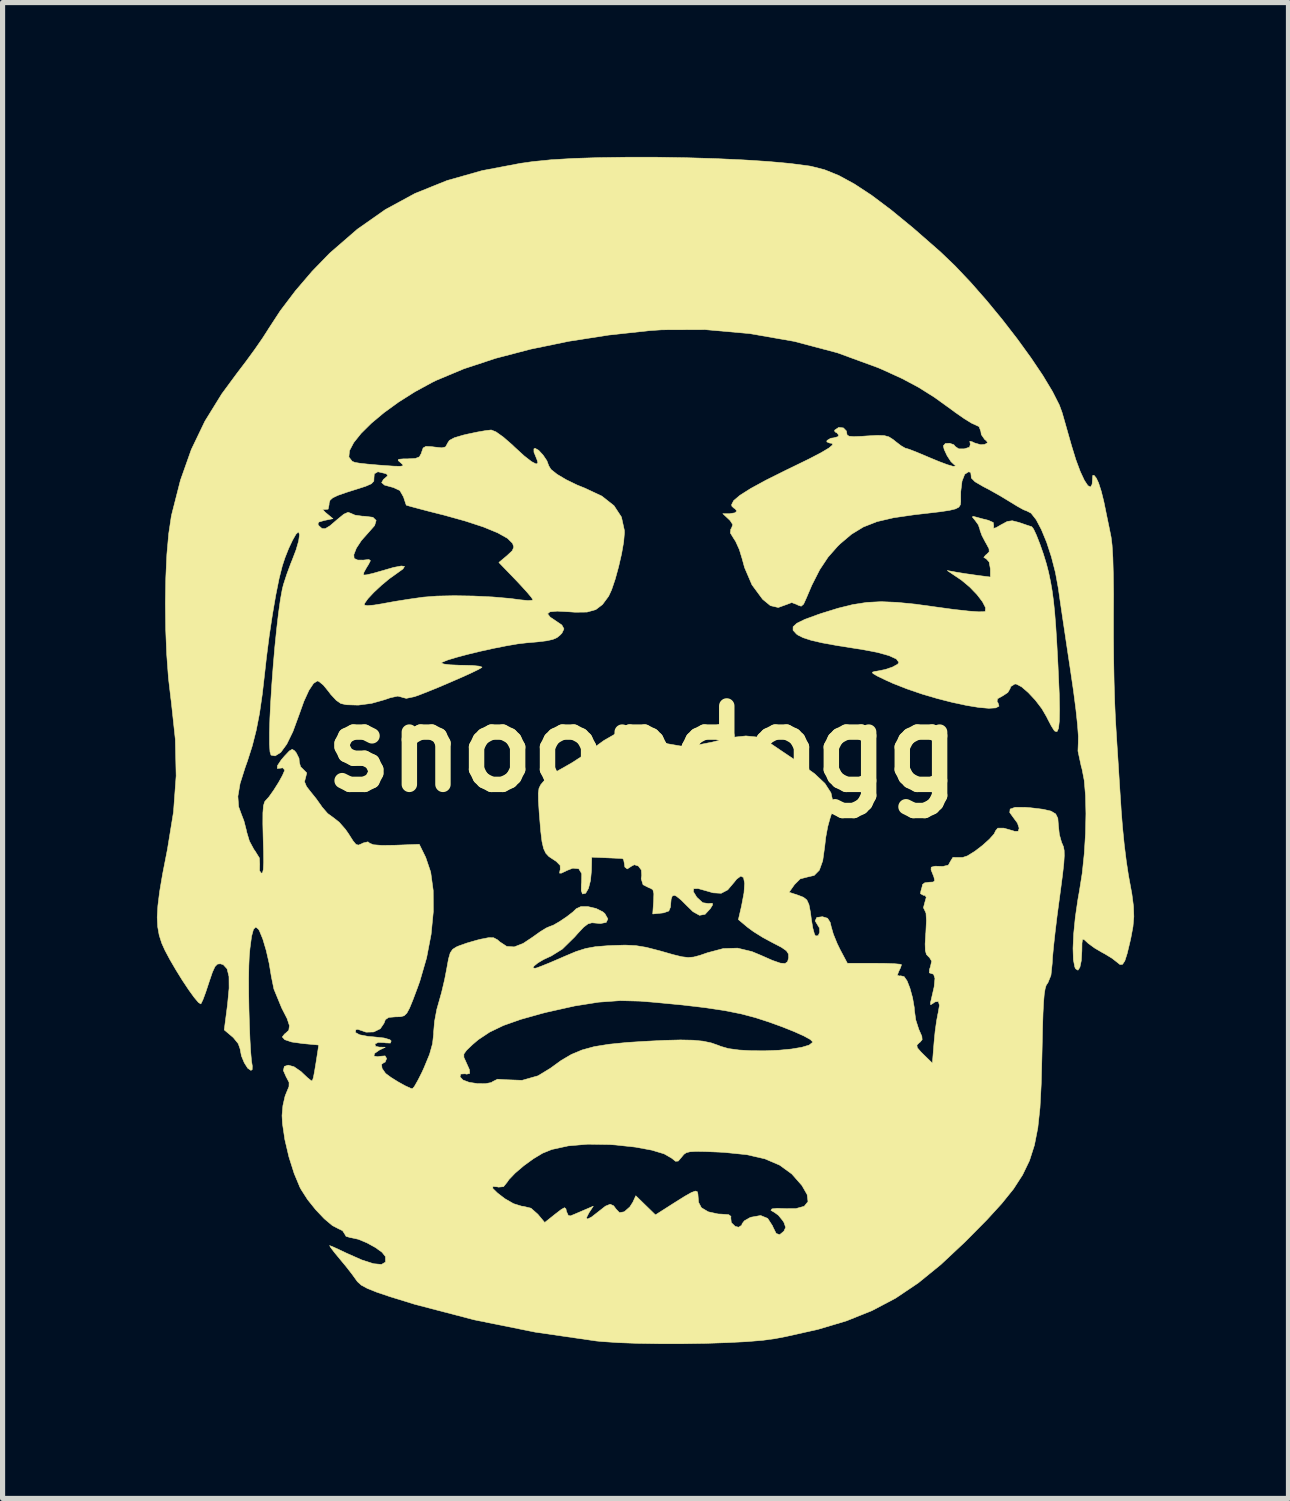
<source format=kicad_pcb>
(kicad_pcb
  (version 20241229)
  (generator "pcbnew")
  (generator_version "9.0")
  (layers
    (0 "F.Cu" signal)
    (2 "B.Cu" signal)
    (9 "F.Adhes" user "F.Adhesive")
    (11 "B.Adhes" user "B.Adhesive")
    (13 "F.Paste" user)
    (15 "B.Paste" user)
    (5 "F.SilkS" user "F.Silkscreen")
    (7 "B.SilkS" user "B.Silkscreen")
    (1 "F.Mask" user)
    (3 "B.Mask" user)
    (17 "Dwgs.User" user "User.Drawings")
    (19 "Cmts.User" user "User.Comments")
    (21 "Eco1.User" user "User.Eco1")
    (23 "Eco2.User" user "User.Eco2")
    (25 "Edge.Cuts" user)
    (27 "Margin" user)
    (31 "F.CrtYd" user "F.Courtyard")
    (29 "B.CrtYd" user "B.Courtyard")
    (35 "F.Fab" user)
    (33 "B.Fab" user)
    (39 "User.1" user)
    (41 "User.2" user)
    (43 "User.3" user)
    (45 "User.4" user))
  (footprint "snoopdogg"
    (layer "F.Cu")
    (at 9.441 11.504)
    (property "Reference" "snoopdogg" (at 0 0 0) (layer "F.SilkS") (effects (font (size 1.524 1.524) (thickness 0.3))))
    (attr through_hole)
    (fp_poly (pts (xy 6.477 -4.505) (xy 6.606 -4.47) (xy 6.715 -4.443) (xy 6.812 -4.4) (xy 6.821 -4.331) (xy 6.82 -4.329) (xy 6.816 -4.287) (xy 6.865 -4.298) (xy 6.963 -4.355) (xy 7.084 -4.42) (xy 7.181 -4.434) (xy 7.308 -4.402) (xy 7.341 -4.391) (xy 7.469 -4.347) (xy 7.549 -4.321) (xy 7.559 -4.319) (xy 7.595 -4.273) (xy 7.651 -4.153) (xy 7.717 -3.985) (xy 7.785 -3.791) (xy 7.845 -3.596) (xy 7.888 -3.429) (xy 7.926 -3.247) (xy 7.957 -3.067) (xy 7.983 -2.873) (xy 8.006 -2.648) (xy 8.027 -2.376) (xy 8.048 -2.039) (xy 8.07 -1.623) (xy 8.076 -1.486) (xy 8.094 -1.078) (xy 8.1 -0.764) (xy 8.096 -0.54) (xy 8.08 -0.399) (xy 8.051 -0.336) (xy 8.011 -0.344) (xy 7.992 -0.364) (xy 7.937 -0.452) (xy 7.867 -0.586) (xy 7.85 -0.621) (xy 7.757 -0.781) (xy 7.631 -0.946) (xy 7.493 -1.094) (xy 7.363 -1.206) (xy 7.259 -1.26) (xy 7.231 -1.261) (xy 7.153 -1.212) (xy 7.137 -1.168) (xy 7.095 -1.096) (xy 6.994 -1.029) (xy 6.992 -1.029) (xy 6.896 -0.975) (xy 6.885 -0.923) (xy 6.904 -0.895) (xy 6.924 -0.831) (xy 6.86 -0.797) (xy 6.725 -0.789) (xy 6.531 -0.806) (xy 6.293 -0.845) (xy 6.021 -0.903) (xy 5.73 -0.977) (xy 5.431 -1.065) (xy 5.138 -1.165) (xy 4.863 -1.273) (xy 4.724 -1.336) (xy 4.558 -1.416) (xy 4.474 -1.465) (xy 4.463 -1.491) (xy 4.513 -1.506) (xy 4.547 -1.51) (xy 4.708 -1.542) (xy 4.854 -1.591) (xy 4.953 -1.645) (xy 4.978 -1.681) (xy 4.929 -1.747) (xy 4.785 -1.813) (xy 4.553 -1.877) (xy 4.242 -1.936) (xy 4.166 -1.947) (xy 3.785 -2.007) (xy 3.492 -2.06) (xy 3.275 -2.11) (xy 3.12 -2.16) (xy 3.016 -2.212) (xy 2.987 -2.233) (xy 2.921 -2.306) (xy 2.922 -2.374) (xy 2.996 -2.442) (xy 3.152 -2.518) (xy 3.398 -2.608) (xy 3.468 -2.632) (xy 3.797 -2.734) (xy 4.084 -2.805) (xy 4.356 -2.847) (xy 4.634 -2.861) (xy 4.944 -2.848) (xy 5.31 -2.811) (xy 5.674 -2.761) (xy 6.039 -2.711) (xy 6.326 -2.679) (xy 6.528 -2.664) (xy 6.639 -2.667) (xy 6.657 -2.674) (xy 6.662 -2.745) (xy 6.603 -2.859) (xy 6.496 -2.999) (xy 6.356 -3.144) (xy 6.2 -3.275) (xy 6.158 -3.304) (xy 5.918 -3.466) (xy 6.096 -3.434) (xy 6.261 -3.407) (xy 6.457 -3.379) (xy 6.515 -3.371) (xy 6.756 -3.34) (xy 6.756 -3.5) (xy 6.732 -3.632) (xy 6.679 -3.691) (xy 6.628 -3.722) (xy 6.664 -3.766) (xy 6.684 -3.781) (xy 6.732 -3.829) (xy 6.73 -3.888) (xy 6.674 -3.993) (xy 6.66 -4.016) (xy 6.592 -4.146) (xy 6.555 -4.247) (xy 6.553 -4.263) (xy 6.522 -4.354) (xy 6.464 -4.435) (xy 6.406 -4.506) (xy 6.419 -4.52) (xy 6.477 -4.505)) (stroke (width 0.01) (type solid)) (fill yes) (layer "F.SilkS"))
    (fp_poly (pts (xy 0.263 -11.499) (xy 0.841 -11.489) (xy 1.41 -11.472) (xy 1.951 -11.447) (xy 2.448 -11.415) (xy 2.881 -11.375) (xy 3.233 -11.329) (xy 3.273 -11.322) (xy 3.532 -11.256) (xy 3.809 -11.144) (xy 4.112 -10.979) (xy 4.45 -10.757) (xy 4.829 -10.472) (xy 5.258 -10.12) (xy 5.744 -9.695) (xy 5.788 -9.656) (xy 6.073 -9.383) (xy 6.375 -9.064) (xy 6.683 -8.713) (xy 6.987 -8.344) (xy 7.278 -7.968) (xy 7.544 -7.601) (xy 7.776 -7.256) (xy 7.963 -6.945) (xy 8.096 -6.683) (xy 8.15 -6.536) (xy 8.203 -6.351) (xy 8.269 -6.118) (xy 8.333 -5.893) (xy 8.418 -5.617) (xy 8.503 -5.389) (xy 8.582 -5.22) (xy 8.65 -5.117) (xy 8.702 -5.088) (xy 8.733 -5.143) (xy 8.739 -5.22) (xy 8.745 -5.314) (xy 8.77 -5.317) (xy 8.814 -5.263) (xy 8.859 -5.168) (xy 8.911 -5.006) (xy 8.96 -4.809) (xy 8.966 -4.781) (xy 9.014 -4.545) (xy 9.064 -4.304) (xy 9.102 -4.115) (xy 9.121 -3.961) (xy 9.136 -3.718) (xy 9.145 -3.396) (xy 9.15 -3.006) (xy 9.148 -2.591) (xy 9.148 -2.179) (xy 9.152 -1.741) (xy 9.16 -1.306) (xy 9.172 -0.904) (xy 9.187 -0.565) (xy 9.192 -0.483) (xy 9.215 -0.11) (xy 9.242 0.31) (xy 9.268 0.73) (xy 9.293 1.107) (xy 9.298 1.194) (xy 9.324 1.523) (xy 9.358 1.864) (xy 9.398 2.185) (xy 9.438 2.449) (xy 9.45 2.515) (xy 9.506 2.82) (xy 9.537 3.059) (xy 9.544 3.26) (xy 9.527 3.455) (xy 9.486 3.675) (xy 9.471 3.742) (xy 9.415 3.975) (xy 9.369 4.119) (xy 9.324 4.187) (xy 9.275 4.191) (xy 9.22 4.147) (xy 9.12 4.069) (xy 8.977 3.982) (xy 8.933 3.959) (xy 8.783 3.871) (xy 8.657 3.779) (xy 8.634 3.757) (xy 8.576 3.704) (xy 8.546 3.705) (xy 8.536 3.777) (xy 8.534 3.924) (xy 8.523 4.114) (xy 8.496 4.243) (xy 8.458 4.301) (xy 8.414 4.274) (xy 8.397 4.24) (xy 8.369 4.097) (xy 8.362 3.874) (xy 8.375 3.592) (xy 8.407 3.269) (xy 8.457 2.926) (xy 8.485 2.769) (xy 8.541 2.416) (xy 8.581 2.033) (xy 8.605 1.64) (xy 8.613 1.259) (xy 8.605 0.91) (xy 8.58 0.613) (xy 8.537 0.39) (xy 8.523 0.344) (xy 8.458 0.041) (xy 8.464 -0.114) (xy 8.466 -0.244) (xy 8.45 -0.465) (xy 8.418 -0.765) (xy 8.37 -1.136) (xy 8.313 -1.524) (xy 8.258 -1.889) (xy 8.205 -2.245) (xy 8.156 -2.573) (xy 8.115 -2.852) (xy 8.085 -3.06) (xy 8.076 -3.124) (xy 8.02 -3.429) (xy 7.942 -3.732) (xy 7.85 -4.014) (xy 7.748 -4.261) (xy 7.646 -4.455) (xy 7.547 -4.581) (xy 7.466 -4.623) (xy 7.401 -4.648) (xy 7.28 -4.715) (xy 7.151 -4.794) (xy 6.95 -4.916) (xy 6.73 -5.04) (xy 6.618 -5.098) (xy 6.457 -5.192) (xy 6.385 -5.265) (xy 6.382 -5.309) (xy 6.374 -5.374) (xy 6.331 -5.385) (xy 6.257 -5.337) (xy 6.205 -5.204) (xy 6.18 -4.999) (xy 6.179 -4.892) (xy 6.18 -4.807) (xy 6.173 -4.745) (xy 6.143 -4.698) (xy 6.077 -4.664) (xy 5.961 -4.636) (xy 5.782 -4.609) (xy 5.526 -4.579) (xy 5.273 -4.55) (xy 4.874 -4.492) (xy 4.553 -4.417) (xy 4.288 -4.313) (xy 4.057 -4.172) (xy 3.836 -3.985) (xy 3.786 -3.936) (xy 3.601 -3.726) (xy 3.439 -3.482) (xy 3.286 -3.181) (xy 3.18 -2.932) (xy 3.126 -2.813) (xy 3.079 -2.773) (xy 3.016 -2.794) (xy 2.999 -2.805) (xy 2.895 -2.844) (xy 2.795 -2.806) (xy 2.634 -2.748) (xy 2.481 -2.784) (xy 2.33 -2.908) (xy 2.123 -3.188) (xy 1.979 -3.523) (xy 1.932 -3.695) (xy 1.877 -3.875) (xy 1.805 -4.033) (xy 1.768 -4.09) (xy 1.703 -4.196) (xy 1.711 -4.27) (xy 1.725 -4.29) (xy 1.75 -4.358) (xy 1.699 -4.437) (xy 1.669 -4.466) (xy 1.556 -4.572) (xy 1.692 -4.572) (xy 1.792 -4.588) (xy 1.829 -4.623) (xy 1.79 -4.672) (xy 1.778 -4.674) (xy 1.733 -4.715) (xy 1.727 -4.747) (xy 1.767 -4.825) (xy 1.89 -4.929) (xy 2.099 -5.061) (xy 2.396 -5.223) (xy 2.785 -5.417) (xy 2.903 -5.474) (xy 3.231 -5.634) (xy 3.469 -5.758) (xy 3.621 -5.849) (xy 3.69 -5.908) (xy 3.68 -5.938) (xy 3.632 -5.944) (xy 3.577 -5.967) (xy 3.581 -5.994) (xy 3.653 -6.037) (xy 3.711 -6.045) (xy 3.792 -6.067) (xy 3.81 -6.096) (xy 3.771 -6.145) (xy 3.756 -6.147) (xy 3.726 -6.178) (xy 3.734 -6.198) (xy 3.809 -6.248) (xy 3.9 -6.238) (xy 3.958 -6.178) (xy 3.962 -6.152) (xy 3.971 -6.103) (xy 4.009 -6.077) (xy 4.098 -6.069) (xy 4.258 -6.075) (xy 4.357 -6.082) (xy 4.56 -6.093) (xy 4.693 -6.089) (xy 4.784 -6.064) (xy 4.866 -6.012) (xy 4.911 -5.975) (xy 5.021 -5.891) (xy 5.1 -5.845) (xy 5.113 -5.842) (xy 5.177 -5.823) (xy 5.309 -5.772) (xy 5.486 -5.698) (xy 5.563 -5.665) (xy 5.756 -5.585) (xy 5.919 -5.524) (xy 6.025 -5.493) (xy 6.045 -5.491) (xy 6.088 -5.502) (xy 6.057 -5.52) (xy 5.99 -5.583) (xy 5.915 -5.698) (xy 5.858 -5.82) (xy 5.842 -5.89) (xy 5.881 -5.935) (xy 5.964 -5.94) (xy 6.046 -5.911) (xy 6.074 -5.876) (xy 6.142 -5.831) (xy 6.247 -5.831) (xy 6.351 -5.863) (xy 6.367 -5.922) (xy 6.364 -5.929) (xy 6.356 -5.979) (xy 6.406 -5.967) (xy 6.448 -5.946) (xy 6.568 -5.911) (xy 6.646 -5.918) (xy 6.704 -5.95) (xy 6.677 -5.99) (xy 6.646 -6.013) (xy 6.58 -6.108) (xy 6.57 -6.173) (xy 6.536 -6.263) (xy 6.477 -6.291) (xy 6.393 -6.329) (xy 6.253 -6.415) (xy 6.081 -6.534) (xy 5.989 -6.602) (xy 5.666 -6.835) (xy 5.36 -7.027) (xy 5.037 -7.199) (xy 4.66 -7.371) (xy 4.572 -7.409) (xy 3.782 -7.698) (xy 2.943 -7.92) (xy 2.079 -8.071) (xy 1.215 -8.148) (xy 0.376 -8.145) (xy 0.136 -8.129) (xy -0.663 -8.042) (xy -1.44 -7.921) (xy -2.177 -7.769) (xy -2.861 -7.59) (xy -3.476 -7.387) (xy -4.009 -7.164) (xy -4.089 -7.125) (xy -4.429 -6.94) (xy -4.745 -6.74) (xy -5.029 -6.534) (xy -5.274 -6.329) (xy -5.473 -6.132) (xy -5.617 -5.952) (xy -5.699 -5.796) (xy -5.711 -5.672) (xy -5.647 -5.589) (xy -5.596 -5.568) (xy -5.509 -5.553) (xy -5.35 -5.535) (xy -5.146 -5.517) (xy -5.055 -5.51) (xy -4.841 -5.495) (xy -4.714 -5.492) (xy -4.66 -5.501) (xy -4.663 -5.524) (xy -4.699 -5.556) (xy -4.753 -5.604) (xy -4.744 -5.628) (xy -4.657 -5.636) (xy -4.565 -5.637) (xy -4.418 -5.645) (xy -4.341 -5.675) (xy -4.304 -5.742) (xy -4.296 -5.769) (xy -4.268 -5.848) (xy -4.214 -5.879) (xy -4.105 -5.874) (xy -4.044 -5.866) (xy -3.904 -5.851) (xy -3.833 -5.868) (xy -3.801 -5.924) (xy -3.798 -5.933) (xy -3.758 -5.995) (xy -3.661 -6.047) (xy -3.489 -6.098) (xy -3.412 -6.116) (xy -3.218 -6.157) (xy -3.051 -6.186) (xy -2.946 -6.198) (xy -2.944 -6.198) (xy -2.852 -6.161) (xy -2.71 -6.06) (xy -2.534 -5.907) (xy -2.493 -5.867) (xy -2.304 -5.694) (xy -2.161 -5.583) (xy -2.07 -5.536) (xy -2.038 -5.559) (xy -2.052 -5.613) (xy -2.1 -5.733) (xy -2.114 -5.766) (xy -2.115 -5.831) (xy -2.092 -5.842) (xy -2.023 -5.803) (xy -1.937 -5.71) (xy -1.863 -5.6) (xy -1.829 -5.509) (xy -1.829 -5.506) (xy -1.784 -5.432) (xy -1.664 -5.336) (xy -1.487 -5.231) (xy -1.273 -5.127) (xy -1.126 -5.068) (xy -0.795 -4.913) (xy -0.559 -4.727) (xy -0.414 -4.506) (xy -0.357 -4.247) (xy -0.356 -4.198) (xy -0.371 -4.022) (xy -0.411 -3.792) (xy -0.469 -3.54) (xy -0.536 -3.296) (xy -0.605 -3.092) (xy -0.663 -2.967) (xy -0.783 -2.805) (xy -0.914 -2.706) (xy -1.083 -2.659) (xy -1.314 -2.656) (xy -1.425 -2.664) (xy -1.663 -2.677) (xy -1.804 -2.664) (xy -1.849 -2.625) (xy -1.798 -2.56) (xy -1.702 -2.496) (xy -1.572 -2.407) (xy -1.531 -2.332) (xy -1.57 -2.25) (xy -1.604 -2.214) (xy -1.666 -2.163) (xy -1.749 -2.127) (xy -1.874 -2.1) (xy -2.062 -2.078) (xy -2.26 -2.061) (xy -2.431 -2.041) (xy -2.651 -2.003) (xy -2.899 -1.954) (xy -3.156 -1.897) (xy -3.404 -1.837) (xy -3.621 -1.779) (xy -3.79 -1.728) (xy -3.892 -1.687) (xy -3.912 -1.669) (xy -3.865 -1.649) (xy -3.74 -1.634) (xy -3.561 -1.626) (xy -3.495 -1.626) (xy -3.309 -1.621) (xy -3.179 -1.608) (xy -3.124 -1.59) (xy -3.127 -1.583) (xy -3.195 -1.543) (xy -3.336 -1.475) (xy -3.527 -1.388) (xy -3.746 -1.293) (xy -3.971 -1.197) (xy -4.18 -1.112) (xy -4.351 -1.045) (xy -4.437 -1.015) (xy -4.595 -0.982) (xy -4.682 -1.004) (xy -4.685 -1.007) (xy -4.761 -1.026) (xy -4.907 -0.994) (xy -5.017 -0.956) (xy -5.269 -0.885) (xy -5.528 -0.851) (xy -5.759 -0.858) (xy -5.867 -0.882) (xy -5.956 -0.944) (xy -6.063 -1.059) (xy -6.108 -1.119) (xy -6.205 -1.238) (xy -6.292 -1.31) (xy -6.323 -1.321) (xy -6.398 -1.273) (xy -6.488 -1.137) (xy -6.585 -0.925) (xy -6.68 -0.66) (xy -6.799 -0.336) (xy -6.918 -0.092) (xy -7.034 0.067) (xy -7.144 0.136) (xy -7.224 0.121) (xy -7.244 0.057) (xy -7.254 -0.094) (xy -7.254 -0.315) (xy -7.246 -0.594) (xy -7.23 -0.915) (xy -7.208 -1.263) (xy -7.181 -1.623) (xy -7.15 -1.982) (xy -7.115 -2.325) (xy -7.079 -2.635) (xy -7.042 -2.9) (xy -7.005 -3.104) (xy -6.983 -3.192) (xy -6.917 -3.395) (xy -6.841 -3.6) (xy -6.811 -3.674) (xy -6.736 -3.871) (xy -6.687 -4.041) (xy -6.67 -4.163) (xy -6.688 -4.216) (xy -6.693 -4.216) (xy -6.739 -4.172) (xy -6.805 -4.057) (xy -6.881 -3.896) (xy -6.953 -3.714) (xy -7.005 -3.556) (xy -7.067 -3.311) (xy -7.132 -2.987) (xy -7.197 -2.608) (xy -7.259 -2.197) (xy -7.313 -1.776) (xy -7.341 -1.524) (xy -7.393 -1.068) (xy -7.448 -0.688) (xy -7.512 -0.36) (xy -7.588 -0.06) (xy -7.683 0.238) (xy -7.727 0.361) (xy -7.826 0.674) (xy -7.868 0.922) (xy -7.854 1.122) (xy -7.804 1.26) (xy -7.75 1.4) (xy -7.705 1.575) (xy -7.697 1.615) (xy -7.644 1.792) (xy -7.557 1.954) (xy -7.537 1.98) (xy -7.45 2.12) (xy -7.444 2.249) (xy -7.445 2.252) (xy -7.447 2.367) (xy -7.414 2.415) (xy -7.389 2.408) (xy -7.374 2.343) (xy -7.367 2.209) (xy -7.369 1.995) (xy -7.376 1.759) (xy -7.383 1.457) (xy -7.382 1.244) (xy -7.371 1.106) (xy -7.349 1.03) (xy -7.335 1.011) (xy -7.263 0.931) (xy -7.171 0.801) (xy -7.077 0.652) (xy -7.001 0.515) (xy -6.961 0.422) (xy -6.96 0.409) (xy -6.996 0.368) (xy -7.036 0.374) (xy -7.102 0.38) (xy -7.098 0.324) (xy -7.026 0.215) (xy -6.963 0.141) (xy -6.868 0.04) (xy -6.812 0.008) (xy -6.767 0.036) (xy -6.734 0.076) (xy -6.68 0.184) (xy -6.674 0.259) (xy -6.65 0.347) (xy -6.596 0.4) (xy -6.53 0.467) (xy -6.552 0.557) (xy -6.553 0.558) (xy -6.573 0.638) (xy -6.535 0.73) (xy -6.463 0.823) (xy -6.348 0.966) (xy -6.248 1.106) (xy -6.233 1.129) (xy -6.124 1.255) (xy -6.007 1.34) (xy -5.899 1.425) (xy -5.779 1.562) (xy -5.72 1.646) (xy -5.631 1.786) (xy -5.574 1.855) (xy -5.526 1.87) (xy -5.463 1.844) (xy -5.435 1.829) (xy -5.341 1.806) (xy -5.305 1.834) (xy -5.233 1.863) (xy -5.065 1.876) (xy -4.807 1.872) (xy -4.343 1.854) (xy -4.218 2.108) (xy -4.121 2.394) (xy -4.072 2.752) (xy -4.07 3.161) (xy -4.113 3.604) (xy -4.201 4.062) (xy -4.333 4.517) (xy -4.376 4.637) (xy -4.466 4.877) (xy -4.532 5.038) (xy -4.585 5.136) (xy -4.638 5.186) (xy -4.703 5.204) (xy -4.79 5.207) (xy -4.804 5.207) (xy -4.937 5.218) (xy -5.002 5.262) (xy -5.028 5.331) (xy -5.1 5.438) (xy -5.229 5.501) (xy -5.377 5.505) (xy -5.448 5.48) (xy -5.538 5.45) (xy -5.576 5.458) (xy -5.584 5.511) (xy -5.502 5.556) (xy -5.339 5.587) (xy -5.211 5.598) (xy -5.028 5.618) (xy -4.915 5.651) (xy -4.889 5.676) (xy -4.905 5.717) (xy -5.001 5.713) (xy -5.019 5.709) (xy -5.141 5.704) (xy -5.204 5.735) (xy -5.192 5.78) (xy -5.121 5.795) (xy -5.004 5.798) (xy -5.118 5.853) (xy -5.212 5.918) (xy -5.224 5.969) (xy -5.154 5.982) (xy -5.105 5.974) (xy -5.008 5.966) (xy -4.978 6.016) (xy -4.978 6.019) (xy -5.006 6.087) (xy -5.029 6.096) (xy -5.076 6.13) (xy -5.066 6.209) (xy -5.003 6.3) (xy -4.991 6.312) (xy -4.892 6.385) (xy -4.756 6.47) (xy -4.617 6.547) (xy -4.51 6.596) (xy -4.476 6.604) (xy -4.438 6.561) (xy -4.372 6.445) (xy -4.335 6.373) (xy -3.551 6.373) (xy -3.493 6.435) (xy -3.373 6.48) (xy -3.216 6.504) (xy -3.059 6.506) (xy -2.943 6.484) (xy -2.913 6.464) (xy -2.822 6.419) (xy -2.671 6.429) (xy -2.345 6.441) (xy -2.035 6.353) (xy -1.794 6.206) (xy -1.586 6.055) (xy -1.387 5.938) (xy -1.179 5.851) (xy -0.942 5.786) (xy -0.656 5.74) (xy -0.304 5.705) (xy 0.025 5.684) (xy 0.421 5.664) (xy 0.733 5.656) (xy 0.978 5.661) (xy 1.172 5.68) (xy 1.333 5.714) (xy 1.478 5.765) (xy 1.513 5.78) (xy 1.665 5.824) (xy 1.873 5.852) (xy 2.119 5.866) (xy 2.383 5.867) (xy 2.646 5.856) (xy 2.888 5.833) (xy 3.091 5.799) (xy 3.234 5.756) (xy 3.3 5.704) (xy 3.302 5.693) (xy 3.256 5.647) (xy 3.132 5.579) (xy 2.945 5.495) (xy 2.715 5.403) (xy 2.459 5.31) (xy 2.194 5.224) (xy 2.184 5.221) (xy 1.915 5.15) (xy 1.596 5.086) (xy 1.217 5.029) (xy 0.766 4.976) (xy 0.23 4.925) (xy -0.051 4.902) (xy -0.438 4.892) (xy -0.857 4.922) (xy -1.324 4.996) (xy -1.86 5.116) (xy -1.956 5.14) (xy -2.373 5.257) (xy -2.707 5.375) (xy -2.975 5.504) (xy -3.195 5.65) (xy -3.307 5.745) (xy -3.423 5.856) (xy -3.476 5.929) (xy -3.476 5.995) (xy -3.435 6.084) (xy -3.433 6.089) (xy -3.368 6.234) (xy -3.363 6.307) (xy -3.421 6.321) (xy -3.454 6.314) (xy -3.538 6.319) (xy -3.551 6.373) (xy -4.335 6.373) (xy -4.288 6.279) (xy -4.249 6.193) (xy -4.143 5.936) (xy -4.085 5.729) (xy -4.064 5.539) (xy -4.064 5.508) (xy -4.046 5.297) (xy -4.002 5.061) (xy -3.968 4.941) (xy -3.909 4.732) (xy -3.85 4.482) (xy -3.81 4.275) (xy -3.775 4.082) (xy -3.741 3.964) (xy -3.694 3.895) (xy -3.621 3.849) (xy -3.575 3.829) (xy -3.417 3.773) (xy -3.223 3.717) (xy -3.148 3.698) (xy -2.993 3.668) (xy -2.898 3.67) (xy -2.823 3.71) (xy -2.778 3.75) (xy -2.644 3.838) (xy -2.498 3.848) (xy -2.323 3.78) (xy -2.14 3.658) (xy -1.994 3.554) (xy -1.876 3.481) (xy -1.814 3.454) (xy -1.738 3.426) (xy -1.615 3.355) (xy -1.477 3.262) (xy -1.357 3.169) (xy -1.292 3.106) (xy -1.203 3.065) (xy -1.063 3.065) (xy -0.908 3.101) (xy -0.777 3.166) (xy -0.736 3.201) (xy -0.678 3.304) (xy -0.71 3.372) (xy -0.823 3.394) (xy -0.895 3.387) (xy -0.987 3.379) (xy -1.064 3.4) (xy -1.149 3.465) (xy -1.265 3.589) (xy -1.323 3.655) (xy -1.562 3.89) (xy -1.784 4.028) (xy -1.802 4.035) (xy -1.929 4.094) (xy -2.038 4.159) (xy -2.111 4.218) (xy -2.135 4.257) (xy -2.092 4.263) (xy -2.057 4.255) (xy -1.967 4.221) (xy -1.811 4.158) (xy -1.617 4.075) (xy -1.526 4.035) (xy -1.298 3.939) (xy -1.11 3.879) (xy -0.92 3.844) (xy -0.684 3.825) (xy -0.605 3.821) (xy -0.342 3.813) (xy -0.134 3.823) (xy 0.067 3.856) (xy 0.307 3.918) (xy 0.352 3.93) (xy 0.59 3.998) (xy 0.757 4.039) (xy 0.881 4.054) (xy 0.99 4.045) (xy 1.11 4.013) (xy 1.257 3.962) (xy 1.566 3.88) (xy 1.842 3.872) (xy 2.122 3.939) (xy 2.293 4.01) (xy 2.52 4.11) (xy 2.672 4.163) (xy 2.766 4.171) (xy 2.815 4.135) (xy 2.835 4.06) (xy 2.832 3.985) (xy 2.792 3.923) (xy 2.696 3.856) (xy 2.53 3.77) (xy 2.335 3.665) (xy 2.151 3.55) (xy 2.034 3.464) (xy 1.859 3.317) (xy 1.92 3.052) (xy 1.968 2.798) (xy 1.98 2.612) (xy 1.959 2.501) (xy 1.907 2.471) (xy 1.826 2.53) (xy 1.778 2.59) (xy 1.651 2.74) (xy 1.525 2.806) (xy 1.368 2.797) (xy 1.247 2.762) (xy 1.076 2.714) (xy 0.989 2.717) (xy 0.984 2.775) (xy 1.051 2.884) (xy 1.166 2.989) (xy 1.273 3.005) (xy 1.352 2.999) (xy 1.357 3.033) (xy 1.311 3.107) (xy 1.211 3.215) (xy 1.103 3.234) (xy 0.976 3.163) (xy 0.863 3.053) (xy 0.748 2.938) (xy 0.654 2.862) (xy 0.615 2.845) (xy 0.574 2.859) (xy 0.552 2.919) (xy 0.54 3.051) (xy 0.539 3.073) (xy 0.507 3.15) (xy 0.405 3.186) (xy 0.364 3.191) (xy 0.194 3.208) (xy 0.211 2.964) (xy 0.216 2.814) (xy 0.197 2.737) (xy 0.144 2.705) (xy 0.127 2.701) (xy 0.006 2.64) (xy -0.03 2.523) (xy -0.02 2.46) (xy -0.027 2.354) (xy -0.085 2.276) (xy -0.164 2.251) (xy -0.216 2.278) (xy -0.301 2.333) (xy -0.348 2.296) (xy -0.356 2.235) (xy -0.372 2.151) (xy -0.394 2.131) (xy -0.462 2.127) (xy -0.598 2.121) (xy -0.711 2.116) (xy -0.991 2.104) (xy -0.997 2.364) (xy -1.015 2.557) (xy -1.055 2.711) (xy -1.109 2.805) (xy -1.169 2.819) (xy -1.171 2.818) (xy -1.195 2.753) (xy -1.193 2.631) (xy -1.189 2.598) (xy -1.186 2.424) (xy -1.244 2.329) (xy -1.359 2.318) (xy -1.474 2.363) (xy -1.579 2.414) (xy -1.617 2.414) (xy -1.608 2.361) (xy -1.603 2.346) (xy -1.605 2.264) (xy -1.68 2.187) (xy -1.744 2.145) (xy -1.825 2.091) (xy -1.884 2.027) (xy -1.927 1.936) (xy -1.958 1.801) (xy -1.982 1.604) (xy -2.005 1.328) (xy -2.013 1.23) (xy -2.027 1.007) (xy -2.029 0.86) (xy -2.016 0.765) (xy -1.982 0.696) (xy -1.926 0.629) (xy -1.925 0.628) (xy -1.808 0.529) (xy -1.645 0.422) (xy -1.549 0.369) (xy -1.368 0.265) (xy -1.161 0.13) (xy -1.016 0.026) (xy -0.755 -0.163) (xy -0.543 -0.285) (xy -0.357 -0.342) (xy -0.175 -0.341) (xy 0.026 -0.284) (xy 0.211 -0.203) (xy 0.476 -0.101) (xy 0.734 -0.056) (xy 1.015 -0.066) (xy 1.348 -0.131) (xy 1.426 -0.151) (xy 1.75 -0.225) (xy 2.005 -0.252) (xy 2.213 -0.231) (xy 2.395 -0.16) (xy 2.494 -0.098) (xy 2.653 0.01) (xy 2.854 0.145) (xy 3.048 0.274) (xy 3.339 0.482) (xy 3.54 0.671) (xy 3.658 0.854) (xy 3.699 1.042) (xy 3.672 1.249) (xy 3.637 1.358) (xy 3.595 1.511) (xy 3.557 1.717) (xy 3.536 1.899) (xy 3.498 2.173) (xy 3.432 2.357) (xy 3.332 2.459) (xy 3.203 2.489) (xy 3.06 2.526) (xy 2.949 2.637) (xy 2.844 2.786) (xy 3.018 2.843) (xy 3.122 2.883) (xy 3.189 2.936) (xy 3.23 3.025) (xy 3.259 3.174) (xy 3.278 3.32) (xy 3.305 3.482) (xy 3.337 3.598) (xy 3.359 3.636) (xy 3.41 3.629) (xy 3.439 3.563) (xy 3.434 3.48) (xy 3.41 3.441) (xy 3.351 3.343) (xy 3.382 3.276) (xy 3.492 3.261) (xy 3.592 3.291) (xy 3.643 3.372) (xy 3.662 3.454) (xy 3.704 3.6) (xy 3.779 3.784) (xy 3.835 3.899) (xy 3.977 4.166) (xy 4.503 4.166) (xy 4.72 4.168) (xy 4.894 4.175) (xy 5.003 4.185) (xy 5.029 4.194) (xy 5.008 4.257) (xy 4.975 4.324) (xy 4.947 4.399) (xy 4.988 4.413) (xy 5.013 4.41) (xy 5.079 4.425) (xy 5.137 4.508) (xy 5.192 4.648) (xy 5.244 4.837) (xy 5.276 5.023) (xy 5.281 5.091) (xy 5.306 5.268) (xy 5.364 5.448) (xy 5.371 5.464) (xy 5.424 5.585) (xy 5.43 5.651) (xy 5.39 5.699) (xy 5.373 5.711) (xy 5.328 5.757) (xy 5.336 5.808) (xy 5.408 5.891) (xy 5.458 5.941) (xy 5.629 6.107) (xy 5.661 5.708) (xy 5.682 5.49) (xy 5.71 5.289) (xy 5.737 5.145) (xy 5.74 5.135) (xy 5.766 4.983) (xy 5.745 4.908) (xy 5.679 4.917) (xy 5.651 4.938) (xy 5.596 4.973) (xy 5.591 4.935) (xy 5.605 4.877) (xy 5.663 4.625) (xy 5.679 4.46) (xy 5.652 4.379) (xy 5.621 4.369) (xy 5.569 4.352) (xy 5.573 4.284) (xy 5.59 4.236) (xy 5.615 4.125) (xy 5.572 4.053) (xy 5.556 4.04) (xy 5.513 3.994) (xy 5.492 3.918) (xy 5.488 3.79) (xy 5.5 3.587) (xy 5.502 3.567) (xy 5.513 3.337) (xy 5.505 3.192) (xy 5.481 3.139) (xy 5.455 3.086) (xy 5.482 2.983) (xy 5.51 2.884) (xy 5.486 2.848) (xy 5.454 2.845) (xy 5.398 2.814) (xy 5.405 2.764) (xy 5.432 2.668) (xy 5.436 2.637) (xy 5.479 2.603) (xy 5.568 2.591) (xy 5.645 2.587) (xy 5.674 2.561) (xy 5.658 2.488) (xy 5.603 2.349) (xy 5.606 2.299) (xy 5.681 2.279) (xy 5.833 2.284) (xy 5.939 2.259) (xy 5.979 2.187) (xy 6.028 2.108) (xy 6.1 2.11) (xy 6.216 2.11) (xy 6.31 2.079) (xy 6.454 1.99) (xy 6.605 1.874) (xy 6.738 1.754) (xy 6.83 1.65) (xy 6.858 1.59) (xy 6.9 1.54) (xy 7.017 1.54) (xy 7.196 1.591) (xy 7.226 1.602) (xy 7.297 1.601) (xy 7.315 1.54) (xy 7.282 1.441) (xy 7.208 1.341) (xy 7.132 1.236) (xy 7.14 1.169) (xy 7.235 1.136) (xy 7.421 1.135) (xy 7.537 1.144) (xy 7.778 1.173) (xy 7.934 1.209) (xy 8.025 1.264) (xy 8.067 1.349) (xy 8.077 1.476) (xy 8.078 1.488) (xy 8.096 1.662) (xy 8.14 1.818) (xy 8.151 1.842) (xy 8.176 1.901) (xy 8.19 1.975) (xy 8.192 2.078) (xy 8.183 2.226) (xy 8.16 2.434) (xy 8.123 2.719) (xy 8.094 2.935) (xy 8.051 3.257) (xy 8.014 3.565) (xy 7.984 3.837) (xy 7.964 4.05) (xy 7.957 4.173) (xy 7.933 4.4) (xy 7.875 4.543) (xy 7.867 4.554) (xy 7.84 4.595) (xy 7.82 4.662) (xy 7.803 4.766) (xy 7.79 4.92) (xy 7.779 5.134) (xy 7.77 5.422) (xy 7.762 5.795) (xy 7.758 5.969) (xy 7.744 6.514) (xy 7.72 6.974) (xy 7.678 7.364) (xy 7.612 7.701) (xy 7.516 8.001) (xy 7.382 8.279) (xy 7.205 8.553) (xy 6.976 8.837) (xy 6.691 9.149) (xy 6.341 9.503) (xy 6.252 9.592) (xy 5.793 10.022) (xy 5.354 10.379) (xy 4.914 10.675) (xy 4.455 10.917) (xy 3.959 11.116) (xy 3.405 11.281) (xy 2.775 11.422) (xy 2.565 11.462) (xy 2.329 11.494) (xy 2.011 11.52) (xy 1.632 11.539) (xy 1.213 11.553) (xy 0.772 11.56) (xy 0.331 11.56) (xy -0.09 11.553) (xy -0.472 11.539) (xy -0.794 11.517) (xy -0.9 11.507) (xy -2.088 11.335) (xy -3.277 11.095) (xy -4.43 10.794) (xy -4.913 10.645) (xy -5.173 10.557) (xy -5.352 10.485) (xy -5.47 10.421) (xy -5.544 10.354) (xy -5.566 10.324) (xy -5.646 10.213) (xy -5.765 10.06) (xy -5.882 9.919) (xy -5.991 9.787) (xy -6.064 9.691) (xy -6.086 9.652) (xy -6.086 9.652) (xy -6.032 9.672) (xy -5.913 9.726) (xy -5.759 9.799) (xy -5.459 9.932) (xy -5.231 10.005) (xy -5.077 10.019) (xy -4.999 9.973) (xy -5 9.868) (xy -5.001 9.865) (xy -5.066 9.783) (xy -5.197 9.689) (xy -5.361 9.599) (xy -5.527 9.53) (xy -5.664 9.5) (xy -5.674 9.5) (xy -5.766 9.473) (xy -5.791 9.429) (xy -5.834 9.363) (xy -5.905 9.329) (xy -6.032 9.263) (xy -6.189 9.131) (xy -6.356 8.955) (xy -6.514 8.758) (xy -6.64 8.561) (xy -6.661 8.522) (xy -6.669 8.503) (xy -2.914 8.503) (xy -2.913 8.543) (xy -2.824 8.63) (xy -2.68 8.741) (xy -2.511 8.838) (xy -2.354 8.887) (xy -2.32 8.89) (xy -2.172 8.926) (xy -2.036 9.046) (xy -2.036 9.047) (xy -1.905 9.204) (xy -1.702 9.042) (xy -1.582 8.95) (xy -1.52 8.916) (xy -1.493 8.938) (xy -1.482 8.99) (xy -1.447 9.067) (xy -1.406 9.076) (xy -1.323 9.042) (xy -1.192 8.986) (xy -1.153 8.969) (xy -0.961 8.887) (xy -1.045 9.015) (xy -1.094 9.111) (xy -1.075 9.138) (xy -0.994 9.097) (xy -0.862 8.994) (xy -0.724 8.886) (xy -0.633 8.849) (xy -0.566 8.879) (xy -0.519 8.942) (xy -0.453 9.012) (xy -0.369 8.998) (xy -0.352 8.99) (xy -0.251 8.901) (xy -0.192 8.809) (xy -0.135 8.684) (xy 0.247 9.056) (xy 0.615 8.821) (xy 0.816 8.695) (xy 0.947 8.621) (xy 1.024 8.593) (xy 1.061 8.606) (xy 1.072 8.649) (xy 1.08 8.752) (xy 1.085 8.812) (xy 1.14 8.917) (xy 1.273 8.996) (xy 1.463 9.038) (xy 1.542 9.042) (xy 1.671 9.052) (xy 1.715 9.086) (xy 1.711 9.112) (xy 1.721 9.206) (xy 1.796 9.279) (xy 1.864 9.296) (xy 1.925 9.256) (xy 1.93 9.23) (xy 1.974 9.172) (xy 2.08 9.111) (xy 2.107 9.101) (xy 2.291 9.068) (xy 2.428 9.124) (xy 2.523 9.271) (xy 2.532 9.295) (xy 2.593 9.417) (xy 2.661 9.441) (xy 2.743 9.373) (xy 2.777 9.299) (xy 2.746 9.207) (xy 2.721 9.167) (xy 2.637 9.064) (xy 2.562 9.009) (xy 2.491 8.968) (xy 2.512 8.939) (xy 2.614 8.928) (xy 2.719 8.933) (xy 2.974 8.934) (xy 3.138 8.889) (xy 3.212 8.798) (xy 3.195 8.661) (xy 3.094 8.485) (xy 2.897 8.261) (xy 2.662 8.09) (xy 2.375 7.967) (xy 2.022 7.886) (xy 1.59 7.842) (xy 1.479 7.836) (xy 1.216 7.825) (xy 1.036 7.822) (xy 0.919 7.829) (xy 0.847 7.847) (xy 0.799 7.88) (xy 0.759 7.929) (xy 0.69 8.01) (xy 0.637 8.014) (xy 0.564 7.955) (xy 0.416 7.87) (xy 0.177 7.798) (xy -0.142 7.739) (xy -0.53 7.697) (xy -0.643 7.689) (xy -1.067 7.682) (xy -1.449 7.715) (xy -1.768 7.785) (xy -1.946 7.857) (xy -2.124 7.964) (xy -2.311 8.1) (xy -2.478 8.242) (xy -2.599 8.368) (xy -2.633 8.418) (xy -2.705 8.507) (xy -2.801 8.517) (xy -2.828 8.511) (xy -2.914 8.503) (xy -6.669 8.503) (xy -6.774 8.252) (xy -6.876 7.93) (xy -6.955 7.594) (xy -7.001 7.285) (xy -7.01 7.126) (xy -6.993 6.932) (xy -6.951 6.748) (xy -6.926 6.685) (xy -6.875 6.563) (xy -6.873 6.481) (xy -6.92 6.39) (xy -6.928 6.377) (xy -6.984 6.25) (xy -6.965 6.171) (xy -6.891 6.146) (xy -6.777 6.177) (xy -6.642 6.27) (xy -6.612 6.299) (xy -6.512 6.393) (xy -6.444 6.447) (xy -6.432 6.452) (xy -6.417 6.437) (xy -6.4 6.384) (xy -6.379 6.274) (xy -6.349 6.092) (xy -6.321 5.913) (xy -6.297 5.755) (xy -6.609 5.726) (xy -6.823 5.696) (xy -6.957 5.651) (xy -7.005 5.598) (xy -6.959 5.539) (xy -6.947 5.532) (xy -6.879 5.469) (xy -6.866 5.378) (xy -6.911 5.241) (xy -7.014 5.04) (xy -7.016 5.036) (xy -7.168 4.667) (xy -7.218 4.422) (xy -7.26 4.168) (xy -7.318 3.915) (xy -7.384 3.694) (xy -7.449 3.536) (xy -7.467 3.505) (xy -7.52 3.462) (xy -7.565 3.506) (xy -7.602 3.642) (xy -7.633 3.875) (xy -7.647 4.027) (xy -7.655 4.214) (xy -7.659 4.461) (xy -7.658 4.749) (xy -7.653 5.057) (xy -7.644 5.364) (xy -7.633 5.649) (xy -7.619 5.891) (xy -7.603 6.071) (xy -7.588 6.16) (xy -7.59 6.233) (xy -7.615 6.248) (xy -7.677 6.205) (xy -7.744 6.099) (xy -7.799 5.966) (xy -7.823 5.842) (xy -7.823 5.836) (xy -7.861 5.728) (xy -7.957 5.61) (xy -7.978 5.592) (xy -8.133 5.461) (xy -8.069 4.967) (xy -8.039 4.651) (xy -8.041 4.424) (xy -8.078 4.274) (xy -8.151 4.194) (xy -8.208 4.176) (xy -8.265 4.182) (xy -8.313 4.231) (xy -8.363 4.34) (xy -8.427 4.528) (xy -8.433 4.547) (xy -8.494 4.731) (xy -8.547 4.874) (xy -8.584 4.95) (xy -8.589 4.956) (xy -8.634 4.928) (xy -8.717 4.83) (xy -8.826 4.679) (xy -8.949 4.494) (xy -9.074 4.292) (xy -9.19 4.093) (xy -9.286 3.913) (xy -9.347 3.777) (xy -9.397 3.622) (xy -9.426 3.459) (xy -9.436 3.273) (xy -9.423 3.05) (xy -9.389 2.775) (xy -9.331 2.432) (xy -9.248 2.008) (xy -9.237 1.951) (xy -9.119 1.225) (xy -9.068 0.524) (xy -9.084 -0.186) (xy -9.165 -0.94) (xy -9.169 -0.965) (xy -9.217 -1.374) (xy -9.251 -1.835) (xy -9.271 -2.328) (xy -9.277 -2.831) (xy -9.269 -3.322) (xy -9.248 -3.78) (xy -9.212 -4.184) (xy -9.184 -4.37) (xy -6.314 -4.37) (xy -6.294 -4.337) (xy -6.234 -4.283) (xy -6.17 -4.28) (xy -6.078 -4.336) (xy -5.942 -4.453) (xy -5.81 -4.561) (xy -5.727 -4.598) (xy -5.677 -4.58) (xy -5.593 -4.543) (xy -5.452 -4.523) (xy -5.4 -4.521) (xy -5.244 -4.501) (xy -5.181 -4.44) (xy -5.211 -4.34) (xy -5.335 -4.199) (xy -5.336 -4.198) (xy -5.467 -4.051) (xy -5.565 -3.902) (xy -5.615 -3.774) (xy -5.609 -3.702) (xy -5.54 -3.67) (xy -5.43 -3.669) (xy -5.322 -3.681) (xy -5.292 -3.658) (xy -5.332 -3.58) (xy -5.366 -3.527) (xy -5.419 -3.431) (xy -5.428 -3.379) (xy -5.372 -3.382) (xy -5.247 -3.41) (xy -5.086 -3.456) (xy -4.844 -3.526) (xy -4.692 -3.555) (xy -4.63 -3.546) (xy -4.66 -3.497) (xy -4.778 -3.412) (xy -4.928 -3.305) (xy -5.084 -3.175) (xy -5.228 -3.04) (xy -5.341 -2.919) (xy -5.405 -2.829) (xy -5.411 -2.795) (xy -5.352 -2.784) (xy -5.223 -2.795) (xy -5.05 -2.823) (xy -5.043 -2.825) (xy -4.817 -2.866) (xy -4.547 -2.909) (xy -4.287 -2.946) (xy -4.267 -2.949) (xy -3.999 -2.97) (xy -3.663 -2.977) (xy -3.291 -2.971) (xy -2.917 -2.953) (xy -2.572 -2.923) (xy -2.375 -2.897) (xy -2.235 -2.883) (xy -2.148 -2.888) (xy -2.134 -2.898) (xy -2.167 -2.949) (xy -2.256 -3.054) (xy -2.385 -3.195) (xy -2.465 -3.28) (xy -2.796 -3.623) (xy -2.636 -3.757) (xy -2.535 -3.852) (xy -2.506 -3.923) (xy -2.53 -3.995) (xy -2.628 -4.092) (xy -2.819 -4.199) (xy -3.096 -4.313) (xy -3.451 -4.429) (xy -3.875 -4.547) (xy -3.901 -4.553) (xy -4.15 -4.616) (xy -4.359 -4.671) (xy -4.512 -4.712) (xy -4.59 -4.735) (xy -4.596 -4.738) (xy -4.614 -4.789) (xy -4.649 -4.896) (xy -4.651 -4.9) (xy -4.72 -5.021) (xy -4.848 -5.081) (xy -4.867 -5.085) (xy -5.019 -5.127) (xy -5.074 -5.176) (xy -5.038 -5.238) (xy -5.015 -5.256) (xy -4.955 -5.31) (xy -4.978 -5.342) (xy -5.006 -5.353) (xy -5.147 -5.386) (xy -5.217 -5.346) (xy -5.223 -5.271) (xy -5.226 -5.204) (xy -5.273 -5.153) (xy -5.382 -5.105) (xy -5.512 -5.063) (xy -5.759 -4.985) (xy -5.925 -4.927) (xy -6.025 -4.879) (xy -6.076 -4.834) (xy -6.094 -4.781) (xy -6.096 -4.745) (xy -6.114 -4.659) (xy -6.179 -4.653) (xy -6.185 -4.655) (xy -6.22 -4.653) (xy -6.17 -4.598) (xy -6.147 -4.579) (xy -6.02 -4.474) (xy -6.186 -4.44) (xy -6.293 -4.409) (xy -6.314 -4.37) (xy -9.184 -4.37) (xy -9.163 -4.513) (xy -9.154 -4.556) (xy -8.984 -5.222) (xy -8.773 -5.818) (xy -8.509 -6.368) (xy -8.181 -6.899) (xy -7.887 -7.298) (xy -7.709 -7.532) (xy -7.536 -7.769) (xy -7.388 -7.983) (xy -7.283 -8.146) (xy -7.281 -8.151) (xy -7.044 -8.514) (xy -6.75 -8.902) (xy -6.424 -9.283) (xy -6.092 -9.625) (xy -6.076 -9.64) (xy -5.547 -10.099) (xy -5.001 -10.482) (xy -4.425 -10.795) (xy -3.804 -11.045) (xy -3.123 -11.238) (xy -2.369 -11.381) (xy -2.14 -11.413) (xy -1.784 -11.449) (xy -1.348 -11.475) (xy -0.85 -11.491) (xy -0.307 -11.499) (xy 0.263 -11.499)) (stroke (width 0.01) (type solid)) (fill yes) (layer "F.SilkS")))
  (gr_rect
    (start -3 -3)
    (end 21.99 26.07)
    (stroke (width 0.1) (type default))
    (fill no)
    (layer "Edge.Cuts")))
</source>
